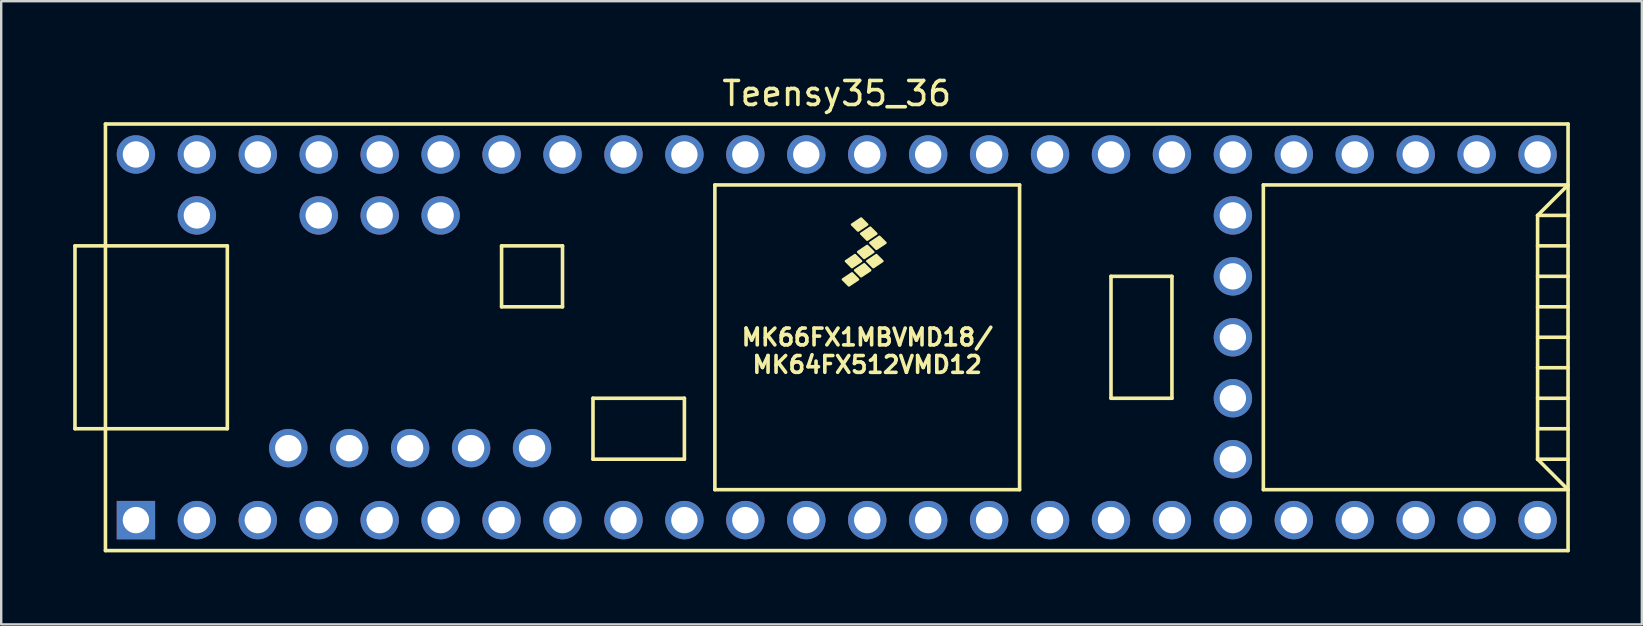
<source format=kicad_pcb>
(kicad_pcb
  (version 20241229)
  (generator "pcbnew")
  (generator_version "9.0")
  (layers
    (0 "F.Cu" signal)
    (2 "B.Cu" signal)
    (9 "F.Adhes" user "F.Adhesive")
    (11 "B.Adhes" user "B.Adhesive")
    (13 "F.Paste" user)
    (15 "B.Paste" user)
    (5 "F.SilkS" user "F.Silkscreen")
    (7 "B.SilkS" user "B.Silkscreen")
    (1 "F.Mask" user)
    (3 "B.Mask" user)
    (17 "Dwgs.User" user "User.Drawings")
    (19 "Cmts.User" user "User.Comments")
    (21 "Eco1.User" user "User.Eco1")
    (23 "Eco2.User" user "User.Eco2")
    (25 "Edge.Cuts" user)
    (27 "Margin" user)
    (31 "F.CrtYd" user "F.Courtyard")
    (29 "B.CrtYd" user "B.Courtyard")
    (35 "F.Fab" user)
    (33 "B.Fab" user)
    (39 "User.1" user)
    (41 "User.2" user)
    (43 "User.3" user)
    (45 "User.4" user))
  (footprint "Teensy35_36"
    (layer "F.Cu")
    (at 31.825 11.008)
    (property "Reference" "Teensy35_36" (at 0 -10.16 0) (layer "F.SilkS") (effects (font (size 1 1) (thickness 0.15))))
    (attr through_hole)
    (fp_line (start -31.75 -3.81) (end -30.48 -3.81) (stroke (width 0.15) (type solid)) (layer "F.SilkS"))
    (fp_line (start -31.75 3.81) (end -31.75 -3.81) (stroke (width 0.15) (type solid)) (layer "F.SilkS"))
    (fp_line (start -30.48 3.81) (end -31.75 3.81) (stroke (width 0.15) (type solid)) (layer "F.SilkS"))
    (fp_line (start -30.48 8.89) (end -30.48 -8.89) (stroke (width 0.15) (type solid)) (layer "F.SilkS"))
    (fp_line (start -30.48 8.89) (end 30.48 8.89) (stroke (width 0.15) (type solid)) (layer "F.SilkS"))
    (fp_line (start -25.4 -3.81) (end -30.48 -3.81) (stroke (width 0.15) (type solid)) (layer "F.SilkS"))
    (fp_line (start -25.4 3.81) (end -30.48 3.81) (stroke (width 0.15) (type solid)) (layer "F.SilkS"))
    (fp_line (start -25.4 3.81) (end -25.4 -3.81) (stroke (width 0.15) (type solid)) (layer "F.SilkS"))
    (fp_line (start -13.97 -3.81) (end -13.97 -1.27) (stroke (width 0.15) (type solid)) (layer "F.SilkS"))
    (fp_line (start -13.97 -1.27) (end -11.43 -1.27) (stroke (width 0.15) (type solid)) (layer "F.SilkS"))
    (fp_line (start -11.43 -3.81) (end -13.97 -3.81) (stroke (width 0.15) (type solid)) (layer "F.SilkS"))
    (fp_line (start -11.43 -1.27) (end -11.43 -3.81) (stroke (width 0.15) (type solid)) (layer "F.SilkS"))
    (fp_line (start -10.16 2.54) (end -6.35 2.54) (stroke (width 0.15) (type solid)) (layer "F.SilkS"))
    (fp_line (start -10.16 5.08) (end -10.16 2.54) (stroke (width 0.15) (type solid)) (layer "F.SilkS"))
    (fp_line (start -6.35 2.54) (end -6.35 5.08) (stroke (width 0.15) (type solid)) (layer "F.SilkS"))
    (fp_line (start -6.35 5.08) (end -10.16 5.08) (stroke (width 0.15) (type solid)) (layer "F.SilkS"))
    (fp_line (start -5.08 -6.35) (end -5.08 6.35) (stroke (width 0.15) (type solid)) (layer "F.SilkS"))
    (fp_line (start -5.08 -6.35) (end 7.62 -6.35) (stroke (width 0.15) (type solid)) (layer "F.SilkS"))
    (fp_line (start -5.08 6.35) (end 7.62 6.35) (stroke (width 0.15) (type solid)) (layer "F.SilkS"))
    (fp_line (start 7.62 6.35) (end 7.62 -6.35) (stroke (width 0.15) (type solid)) (layer "F.SilkS"))
    (fp_line (start 11.43 -2.54) (end 13.97 -2.54) (stroke (width 0.15) (type solid)) (layer "F.SilkS"))
    (fp_line (start 11.43 2.54) (end 11.43 -2.54) (stroke (width 0.15) (type solid)) (layer "F.SilkS"))
    (fp_line (start 13.97 -2.54) (end 13.97 2.54) (stroke (width 0.15) (type solid)) (layer "F.SilkS"))
    (fp_line (start 13.97 2.54) (end 11.43 2.54) (stroke (width 0.15) (type solid)) (layer "F.SilkS"))
    (fp_line (start 17.78 -6.35) (end 17.78 6.35) (stroke (width 0.15) (type solid)) (layer "F.SilkS"))
    (fp_line (start 17.78 6.35) (end 30.48 6.35) (stroke (width 0.15) (type solid)) (layer "F.SilkS"))
    (fp_line (start 29.21 -5.08) (end 30.48 -6.35) (stroke (width 0.15) (type solid)) (layer "F.SilkS"))
    (fp_line (start 29.21 -5.08) (end 30.48 -5.08) (stroke (width 0.15) (type solid)) (layer "F.SilkS"))
    (fp_line (start 29.21 -3.81) (end 30.48 -3.81) (stroke (width 0.15) (type solid)) (layer "F.SilkS"))
    (fp_line (start 29.21 -2.54) (end 30.48 -2.54) (stroke (width 0.15) (type solid)) (layer "F.SilkS"))
    (fp_line (start 29.21 -1.27) (end 30.48 -1.27) (stroke (width 0.15) (type solid)) (layer "F.SilkS"))
    (fp_line (start 29.21 0) (end 30.48 0) (stroke (width 0.15) (type solid)) (layer "F.SilkS"))
    (fp_line (start 29.21 1.27) (end 30.48 1.27) (stroke (width 0.15) (type solid)) (layer "F.SilkS"))
    (fp_line (start 29.21 2.54) (end 30.48 2.54) (stroke (width 0.15) (type solid)) (layer "F.SilkS"))
    (fp_line (start 29.21 3.81) (end 30.48 3.81) (stroke (width 0.15) (type solid)) (layer "F.SilkS"))
    (fp_line (start 29.21 5.08) (end 29.21 -5.08) (stroke (width 0.15) (type solid)) (layer "F.SilkS"))
    (fp_line (start 29.21 5.08) (end 30.48 5.08) (stroke (width 0.15) (type solid)) (layer "F.SilkS"))
    (fp_line (start 30.48 -8.89) (end -30.48 -8.89) (stroke (width 0.15) (type solid)) (layer "F.SilkS"))
    (fp_line (start 30.48 -8.89) (end 30.48 8.89) (stroke (width 0.15) (type solid)) (layer "F.SilkS"))
    (fp_line (start 30.48 -6.35) (end 17.78 -6.35) (stroke (width 0.15) (type solid)) (layer "F.SilkS"))
    (fp_line (start 30.48 6.35) (end 29.21 5.08) (stroke (width 0.15) (type solid)) (layer "F.SilkS"))
    (fp_poly (pts (xy 0.635 -2.667) (xy 0.889 -2.413) (xy 0.508 -2.159) (xy 0.254 -2.413)) (stroke (width 0.1) (type solid)) (fill yes) (layer "F.SilkS"))
    (fp_poly (pts (xy 0.762 -3.429) (xy 1.016 -3.175) (xy 0.635 -2.921) (xy 0.381 -3.175)) (stroke (width 0.1) (type solid)) (fill yes) (layer "F.SilkS"))
    (fp_poly (pts (xy 1.016 -4.953) (xy 1.27 -4.699) (xy 0.889 -4.445) (xy 0.635 -4.699)) (stroke (width 0.1) (type solid)) (fill yes) (layer "F.SilkS"))
    (fp_poly (pts (xy 1.143 -3.048) (xy 1.397 -2.794) (xy 1.016 -2.54) (xy 0.762 -2.794)) (stroke (width 0.1) (type solid)) (fill yes) (layer "F.SilkS"))
    (fp_poly (pts (xy 1.27 -3.81) (xy 1.524 -3.556) (xy 1.143 -3.302) (xy 0.889 -3.556)) (stroke (width 0.1) (type solid)) (fill yes) (layer "F.SilkS"))
    (fp_poly (pts (xy 1.397 -4.572) (xy 1.651 -4.318) (xy 1.27 -4.064) (xy 1.016 -4.318)) (stroke (width 0.1) (type solid)) (fill yes) (layer "F.SilkS"))
    (fp_poly (pts (xy 1.651 -3.429) (xy 1.905 -3.175) (xy 1.524 -2.921) (xy 1.27 -3.175)) (stroke (width 0.1) (type solid)) (fill yes) (layer "F.SilkS"))
    (fp_poly (pts (xy 1.778 -4.191) (xy 2.032 -3.937) (xy 1.651 -3.683) (xy 1.397 -3.937)) (stroke (width 0.1) (type solid)) (fill yes) (layer "F.SilkS"))
    (fp_text user "MK66FX1MBVMD18/" (at 1.27 0 0) (layer "F.SilkS") (effects (font (size 0.7 0.7) (thickness 0.15))))
    (fp_text user "MK64FX512VMD12" (at 1.27 1.143 0) (layer "F.SilkS") (effects (font (size 0.7 0.7) (thickness 0.15))))
    (pad "1" thru_hole rect (at -29.21 7.62) (size 1.6 1.6) (drill 1.1) (layers "*.Cu" "*.Mask"))
    (pad "2" thru_hole circle (at -26.67 7.62) (size 1.6 1.6) (drill 1.1) (layers "*.Cu" "*.Mask"))
    (pad "3" thru_hole circle (at -24.13 7.62) (size 1.6 1.6) (drill 1.1) (layers "*.Cu" "*.Mask"))
    (pad "4" thru_hole circle (at -21.59 7.62) (size 1.6 1.6) (drill 1.1) (layers "*.Cu" "*.Mask"))
    (pad "5" thru_hole circle (at -19.05 7.62) (size 1.6 1.6) (drill 1.1) (layers "*.Cu" "*.Mask"))
    (pad "6" thru_hole circle (at -16.51 7.62) (size 1.6 1.6) (drill 1.1) (layers "*.Cu" "*.Mask"))
    (pad "7" thru_hole circle (at -13.97 7.62) (size 1.6 1.6) (drill 1.1) (layers "*.Cu" "*.Mask"))
    (pad "8" thru_hole circle (at -11.43 7.62) (size 1.6 1.6) (drill 1.1) (layers "*.Cu" "*.Mask"))
    (pad "9" thru_hole circle (at -8.89 7.62) (size 1.6 1.6) (drill 1.1) (layers "*.Cu" "*.Mask"))
    (pad "10" thru_hole circle (at -6.35 7.62) (size 1.6 1.6) (drill 1.1) (layers "*.Cu" "*.Mask"))
    (pad "11" thru_hole circle (at -3.81 7.62) (size 1.6 1.6) (drill 1.1) (layers "*.Cu" "*.Mask"))
    (pad "12" thru_hole circle (at -1.27 7.62) (size 1.6 1.6) (drill 1.1) (layers "*.Cu" "*.Mask"))
    (pad "13" thru_hole circle (at 1.27 7.62) (size 1.6 1.6) (drill 1.1) (layers "*.Cu" "*.Mask"))
    (pad "14" thru_hole circle (at 3.81 7.62) (size 1.6 1.6) (drill 1.1) (layers "*.Cu" "*.Mask"))
    (pad "15" thru_hole circle (at 6.35 7.62) (size 1.6 1.6) (drill 1.1) (layers "*.Cu" "*.Mask"))
    (pad "16" thru_hole circle (at 8.89 7.62) (size 1.6 1.6) (drill 1.1) (layers "*.Cu" "*.Mask"))
    (pad "17" thru_hole circle (at 11.43 7.62) (size 1.6 1.6) (drill 1.1) (layers "*.Cu" "*.Mask"))
    (pad "18" thru_hole circle (at 13.97 7.62) (size 1.6 1.6) (drill 1.1) (layers "*.Cu" "*.Mask"))
    (pad "19" thru_hole circle (at 16.51 7.62) (size 1.6 1.6) (drill 1.1) (layers "*.Cu" "*.Mask"))
    (pad "20" thru_hole circle (at 19.05 7.62) (size 1.6 1.6) (drill 1.1) (layers "*.Cu" "*.Mask"))
    (pad "21" thru_hole circle (at 21.59 7.62) (size 1.6 1.6) (drill 1.1) (layers "*.Cu" "*.Mask"))
    (pad "22" thru_hole circle (at 24.13 7.62) (size 1.6 1.6) (drill 1.1) (layers "*.Cu" "*.Mask"))
    (pad "23" thru_hole circle (at 26.67 7.62) (size 1.6 1.6) (drill 1.1) (layers "*.Cu" "*.Mask"))
    (pad "24" thru_hole circle (at 29.21 7.62) (size 1.6 1.6) (drill 1.1) (layers "*.Cu" "*.Mask"))
    (pad "25" thru_hole circle (at 16.51 5.08) (size 1.6 1.6) (drill 1.1) (layers "*.Cu" "*.Mask"))
    (pad "26" thru_hole circle (at 16.51 2.54) (size 1.6 1.6) (drill 1.1) (layers "*.Cu" "*.Mask"))
    (pad "27" thru_hole circle (at 16.51 0) (size 1.6 1.6) (drill 1.1) (layers "*.Cu" "*.Mask"))
    (pad "28" thru_hole circle (at 16.51 -2.54) (size 1.6 1.6) (drill 1.1) (layers "*.Cu" "*.Mask"))
    (pad "29" thru_hole circle (at 16.51 -5.08) (size 1.6 1.6) (drill 1.1) (layers "*.Cu" "*.Mask"))
    (pad "30" thru_hole circle (at 29.21 -7.62) (size 1.6 1.6) (drill 1.1) (layers "*.Cu" "*.Mask"))
    (pad "31" thru_hole circle (at 26.67 -7.62) (size 1.6 1.6) (drill 1.1) (layers "*.Cu" "*.Mask"))
    (pad "32" thru_hole circle (at 24.13 -7.62) (size 1.6 1.6) (drill 1.1) (layers "*.Cu" "*.Mask"))
    (pad "33" thru_hole circle (at 21.59 -7.62) (size 1.6 1.6) (drill 1.1) (layers "*.Cu" "*.Mask"))
    (pad "34" thru_hole circle (at 19.05 -7.62) (size 1.6 1.6) (drill 1.1) (layers "*.Cu" "*.Mask"))
    (pad "35" thru_hole circle (at 16.51 -7.62) (size 1.6 1.6) (drill 1.1) (layers "*.Cu" "*.Mask"))
    (pad "36" thru_hole circle (at 13.97 -7.62) (size 1.6 1.6) (drill 1.1) (layers "*.Cu" "*.Mask"))
    (pad "37" thru_hole circle (at 11.43 -7.62) (size 1.6 1.6) (drill 1.1) (layers "*.Cu" "*.Mask"))
    (pad "38" thru_hole circle (at 8.89 -7.62) (size 1.6 1.6) (drill 1.1) (layers "*.Cu" "*.Mask"))
    (pad "39" thru_hole circle (at 6.35 -7.62) (size 1.6 1.6) (drill 1.1) (layers "*.Cu" "*.Mask"))
    (pad "40" thru_hole circle (at 3.81 -7.62) (size 1.6 1.6) (drill 1.1) (layers "*.Cu" "*.Mask"))
    (pad "41" thru_hole circle (at 1.27 -7.62) (size 1.6 1.6) (drill 1.1) (layers "*.Cu" "*.Mask"))
    (pad "42" thru_hole circle (at -1.27 -7.62) (size 1.6 1.6) (drill 1.1) (layers "*.Cu" "*.Mask"))
    (pad "43" thru_hole circle (at -3.81 -7.62) (size 1.6 1.6) (drill 1.1) (layers "*.Cu" "*.Mask"))
    (pad "44" thru_hole circle (at -6.35 -7.62) (size 1.6 1.6) (drill 1.1) (layers "*.Cu" "*.Mask"))
    (pad "45" thru_hole circle (at -8.89 -7.62) (size 1.6 1.6) (drill 1.1) (layers "*.Cu" "*.Mask"))
    (pad "46" thru_hole circle (at -11.43 -7.62) (size 1.6 1.6) (drill 1.1) (layers "*.Cu" "*.Mask"))
    (pad "47" thru_hole circle (at -13.97 -7.62) (size 1.6 1.6) (drill 1.1) (layers "*.Cu" "*.Mask"))
    (pad "48" thru_hole circle (at -16.51 -7.62) (size 1.6 1.6) (drill 1.1) (layers "*.Cu" "*.Mask"))
    (pad "49" thru_hole circle (at -19.05 -7.62) (size 1.6 1.6) (drill 1.1) (layers "*.Cu" "*.Mask"))
    (pad "50" thru_hole circle (at -21.59 -7.62) (size 1.6 1.6) (drill 1.1) (layers "*.Cu" "*.Mask"))
    (pad "51" thru_hole circle (at -24.13 -7.62) (size 1.6 1.6) (drill 1.1) (layers "*.Cu" "*.Mask"))
    (pad "52" thru_hole circle (at -26.67 -7.62) (size 1.6 1.6) (drill 1.1) (layers "*.Cu" "*.Mask"))
    (pad "53" thru_hole circle (at -29.21 -7.62) (size 1.6 1.6) (drill 1.1) (layers "*.Cu" "*.Mask"))
    (pad "54" thru_hole circle (at -26.67 -5.08) (size 1.6 1.6) (drill 1.1) (layers "*.Cu" "*.Mask"))
    (pad "55" thru_hole circle (at -21.59 -5.08) (size 1.6 1.6) (drill 1.1) (layers "*.Cu" "*.Mask"))
    (pad "56" thru_hole circle (at -19.05 -5.08) (size 1.6 1.6) (drill 1.1) (layers "*.Cu" "*.Mask"))
    (pad "57" thru_hole circle (at -16.51 -5.08) (size 1.6 1.6) (drill 1.1) (layers "*.Cu" "*.Mask"))
    (pad "58" thru_hole circle (at -22.86 4.62) (size 1.6 1.6) (drill 1.1) (layers "*.Cu" "*.Mask"))
    (pad "59" thru_hole circle (at -20.32 4.62) (size 1.6 1.6) (drill 1.1) (layers "*.Cu" "*.Mask"))
    (pad "60" thru_hole circle (at -17.78 4.62) (size 1.6 1.6) (drill 1.1) (layers "*.Cu" "*.Mask"))
    (pad "61" thru_hole circle (at -15.24 4.62) (size 1.6 1.6) (drill 1.1) (layers "*.Cu" "*.Mask"))
    (pad "62" thru_hole circle (at -12.7 4.62) (size 1.6 1.6) (drill 1.1) (layers "*.Cu" "*.Mask")))
  (gr_rect
    (start -3 -3)
    (end 65.38 22.973)
    (stroke (width 0.1) (type default))
    (fill no)
    (layer "Edge.Cuts")))
</source>
